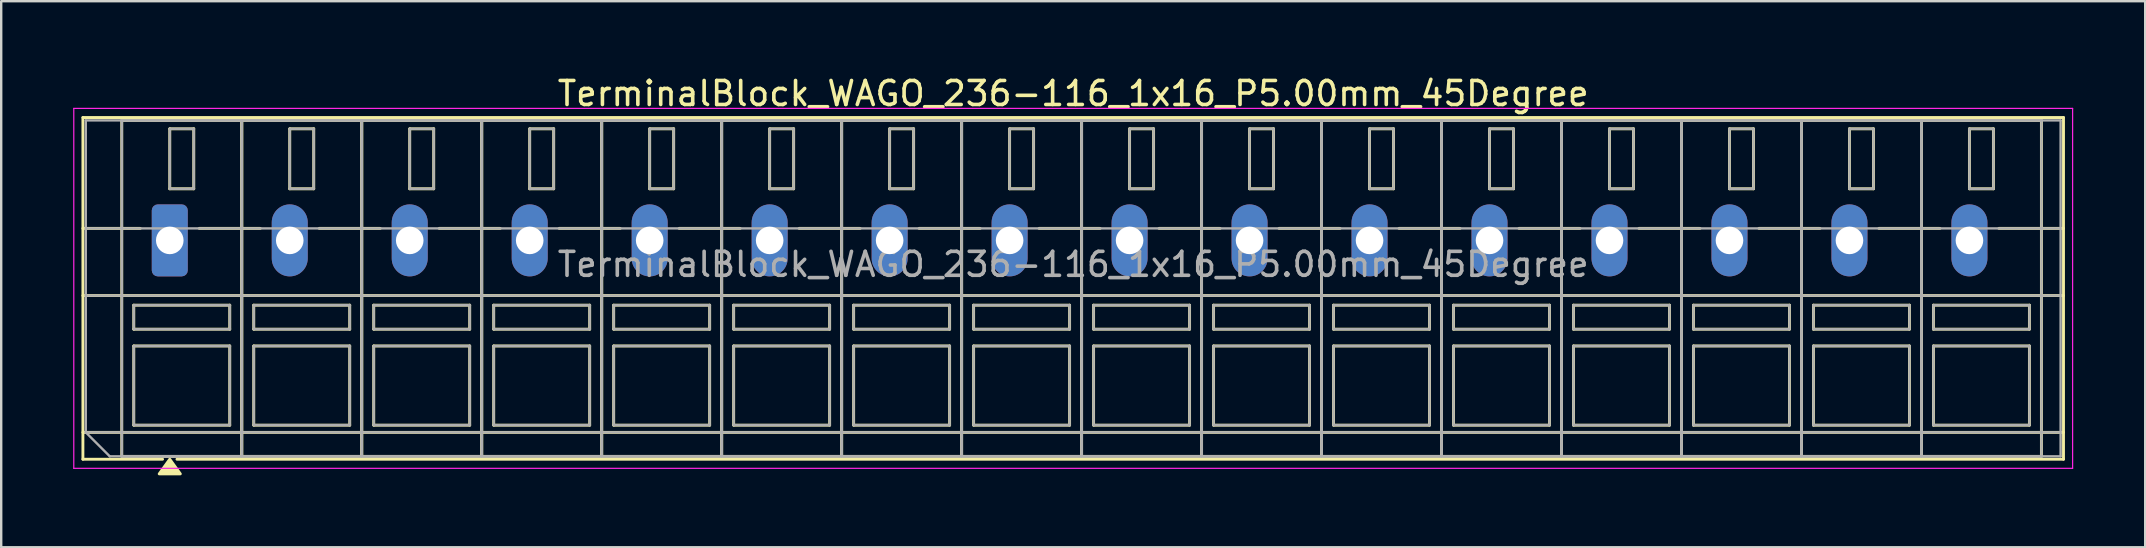
<source format=kicad_pcb>
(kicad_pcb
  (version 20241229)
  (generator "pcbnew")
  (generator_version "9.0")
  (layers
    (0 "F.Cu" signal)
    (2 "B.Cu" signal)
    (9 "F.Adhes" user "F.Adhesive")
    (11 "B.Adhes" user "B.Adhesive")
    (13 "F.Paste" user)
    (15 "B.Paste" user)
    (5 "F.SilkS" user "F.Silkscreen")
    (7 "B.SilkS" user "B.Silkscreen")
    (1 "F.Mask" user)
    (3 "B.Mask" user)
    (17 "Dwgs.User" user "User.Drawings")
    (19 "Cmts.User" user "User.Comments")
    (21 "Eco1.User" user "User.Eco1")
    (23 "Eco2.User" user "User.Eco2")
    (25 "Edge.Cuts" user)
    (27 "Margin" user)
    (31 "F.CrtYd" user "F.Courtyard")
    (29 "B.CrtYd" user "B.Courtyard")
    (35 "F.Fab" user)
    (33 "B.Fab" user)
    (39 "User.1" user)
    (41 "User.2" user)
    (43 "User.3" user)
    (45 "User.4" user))
  (footprint "TerminalBlock_WAGO_236-116_1x16_P5.00mm_45Degree"
    (layer "F.Cu")
    (at 4.025 6.968)
    (property "Reference" "TerminalBlock_WAGO_236-116_1x16_P5.00mm_45Degree" (at 37.65 -6.12 0) (layer "F.SilkS") (effects (font (size 1 1) (thickness 0.15))))
    (attr through_hole)
    (fp_line (start -3.62 -5.12) (end 78.92 -5.12) (stroke (width 0.12) (type solid)) (layer "F.SilkS"))
    (fp_line (start -3.62 -0.5) (end -1.23 -0.5) (stroke (width 0.12) (type solid)) (layer "F.SilkS"))
    (fp_line (start -3.62 2.3) (end 78.92 2.3) (stroke (width 0.12) (type solid)) (layer "F.SilkS"))
    (fp_line (start -3.62 8) (end 78.92 8) (stroke (width 0.12) (type solid)) (layer "F.SilkS"))
    (fp_line (start -3.62 9.12) (end -3.62 -5.12) (stroke (width 0.12) (type solid)) (layer "F.SilkS"))
    (fp_line (start -2 -5) (end 3 -5) (stroke (width 0.12) (type solid)) (layer "F.SilkS"))
    (fp_line (start -2 9) (end -2 -5) (stroke (width 0.12) (type solid)) (layer "F.SilkS"))
    (fp_line (start -1.5 2.7) (end 2.5 2.7) (stroke (width 0.12) (type solid)) (layer "F.SilkS"))
    (fp_line (start -1.5 3.7) (end -1.5 2.7) (stroke (width 0.12) (type solid)) (layer "F.SilkS"))
    (fp_line (start -1.5 4.4) (end 2.5 4.4) (stroke (width 0.12) (type solid)) (layer "F.SilkS"))
    (fp_line (start -1.5 7.7) (end -1.5 4.4) (stroke (width 0.12) (type solid)) (layer "F.SilkS"))
    (fp_line (start -0.3 9.12) (end -3.62 9.12) (stroke (width 0.12) (type solid)) (layer "F.SilkS"))
    (fp_line (start 0 -4.65) (end 1 -4.65) (stroke (width 0.12) (type solid)) (layer "F.SilkS"))
    (fp_line (start 0 -2.15) (end 0 -4.65) (stroke (width 0.12) (type solid)) (layer "F.SilkS"))
    (fp_line (start 1 -4.65) (end 1 -2.15) (stroke (width 0.12) (type solid)) (layer "F.SilkS"))
    (fp_line (start 1 -2.15) (end 0 -2.15) (stroke (width 0.12) (type solid)) (layer "F.SilkS"))
    (fp_line (start 1.23 -0.5) (end 3.77 -0.5) (stroke (width 0.12) (type solid)) (layer "F.SilkS"))
    (fp_line (start 2.5 2.7) (end 2.5 3.7) (stroke (width 0.12) (type solid)) (layer "F.SilkS"))
    (fp_line (start 2.5 3.7) (end -1.5 3.7) (stroke (width 0.12) (type solid)) (layer "F.SilkS"))
    (fp_line (start 2.5 4.4) (end 2.5 7.7) (stroke (width 0.12) (type solid)) (layer "F.SilkS"))
    (fp_line (start 2.5 7.7) (end -1.5 7.7) (stroke (width 0.12) (type solid)) (layer "F.SilkS"))
    (fp_line (start 3 -5) (end 3 9) (stroke (width 0.12) (type solid)) (layer "F.SilkS"))
    (fp_line (start 3 -5) (end 8 -5) (stroke (width 0.12) (type solid)) (layer "F.SilkS"))
    (fp_line (start 3 9) (end -2 9) (stroke (width 0.12) (type solid)) (layer "F.SilkS"))
    (fp_line (start 3 9) (end 3 -5) (stroke (width 0.12) (type solid)) (layer "F.SilkS"))
    (fp_line (start 3.5 2.7) (end 7.5 2.7) (stroke (width 0.12) (type solid)) (layer "F.SilkS"))
    (fp_line (start 3.5 3.7) (end 3.5 2.7) (stroke (width 0.12) (type solid)) (layer "F.SilkS"))
    (fp_line (start 3.5 4.4) (end 7.5 4.4) (stroke (width 0.12) (type solid)) (layer "F.SilkS"))
    (fp_line (start 3.5 7.7) (end 3.5 4.4) (stroke (width 0.12) (type solid)) (layer "F.SilkS"))
    (fp_line (start 5 -4.65) (end 6 -4.65) (stroke (width 0.12) (type solid)) (layer "F.SilkS"))
    (fp_line (start 5 -2.15) (end 5 -4.65) (stroke (width 0.12) (type solid)) (layer "F.SilkS"))
    (fp_line (start 6 -4.65) (end 6 -2.15) (stroke (width 0.12) (type solid)) (layer "F.SilkS"))
    (fp_line (start 6 -2.15) (end 5 -2.15) (stroke (width 0.12) (type solid)) (layer "F.SilkS"))
    (fp_line (start 6.23 -0.5) (end 8.77 -0.5) (stroke (width 0.12) (type solid)) (layer "F.SilkS"))
    (fp_line (start 7.5 2.7) (end 7.5 3.7) (stroke (width 0.12) (type solid)) (layer "F.SilkS"))
    (fp_line (start 7.5 3.7) (end 3.5 3.7) (stroke (width 0.12) (type solid)) (layer "F.SilkS"))
    (fp_line (start 7.5 4.4) (end 7.5 7.7) (stroke (width 0.12) (type solid)) (layer "F.SilkS"))
    (fp_line (start 7.5 7.7) (end 3.5 7.7) (stroke (width 0.12) (type solid)) (layer "F.SilkS"))
    (fp_line (start 8 -5) (end 8 9) (stroke (width 0.12) (type solid)) (layer "F.SilkS"))
    (fp_line (start 8 -5) (end 13 -5) (stroke (width 0.12) (type solid)) (layer "F.SilkS"))
    (fp_line (start 8 9) (end 3 9) (stroke (width 0.12) (type solid)) (layer "F.SilkS"))
    (fp_line (start 8 9) (end 8 -5) (stroke (width 0.12) (type solid)) (layer "F.SilkS"))
    (fp_line (start 8.5 2.7) (end 12.5 2.7) (stroke (width 0.12) (type solid)) (layer "F.SilkS"))
    (fp_line (start 8.5 3.7) (end 8.5 2.7) (stroke (width 0.12) (type solid)) (layer "F.SilkS"))
    (fp_line (start 8.5 4.4) (end 12.5 4.4) (stroke (width 0.12) (type solid)) (layer "F.SilkS"))
    (fp_line (start 8.5 7.7) (end 8.5 4.4) (stroke (width 0.12) (type solid)) (layer "F.SilkS"))
    (fp_line (start 10 -4.65) (end 11 -4.65) (stroke (width 0.12) (type solid)) (layer "F.SilkS"))
    (fp_line (start 10 -2.15) (end 10 -4.65) (stroke (width 0.12) (type solid)) (layer "F.SilkS"))
    (fp_line (start 11 -4.65) (end 11 -2.15) (stroke (width 0.12) (type solid)) (layer "F.SilkS"))
    (fp_line (start 11 -2.15) (end 10 -2.15) (stroke (width 0.12) (type solid)) (layer "F.SilkS"))
    (fp_line (start 11.23 -0.5) (end 13.77 -0.5) (stroke (width 0.12) (type solid)) (layer "F.SilkS"))
    (fp_line (start 12.5 2.7) (end 12.5 3.7) (stroke (width 0.12) (type solid)) (layer "F.SilkS"))
    (fp_line (start 12.5 3.7) (end 8.5 3.7) (stroke (width 0.12) (type solid)) (layer "F.SilkS"))
    (fp_line (start 12.5 4.4) (end 12.5 7.7) (stroke (width 0.12) (type solid)) (layer "F.SilkS"))
    (fp_line (start 12.5 7.7) (end 8.5 7.7) (stroke (width 0.12) (type solid)) (layer "F.SilkS"))
    (fp_line (start 13 -5) (end 13 9) (stroke (width 0.12) (type solid)) (layer "F.SilkS"))
    (fp_line (start 13 -5) (end 18 -5) (stroke (width 0.12) (type solid)) (layer "F.SilkS"))
    (fp_line (start 13 9) (end 8 9) (stroke (width 0.12) (type solid)) (layer "F.SilkS"))
    (fp_line (start 13 9) (end 13 -5) (stroke (width 0.12) (type solid)) (layer "F.SilkS"))
    (fp_line (start 13.5 2.7) (end 17.5 2.7) (stroke (width 0.12) (type solid)) (layer "F.SilkS"))
    (fp_line (start 13.5 3.7) (end 13.5 2.7) (stroke (width 0.12) (type solid)) (layer "F.SilkS"))
    (fp_line (start 13.5 4.4) (end 17.5 4.4) (stroke (width 0.12) (type solid)) (layer "F.SilkS"))
    (fp_line (start 13.5 7.7) (end 13.5 4.4) (stroke (width 0.12) (type solid)) (layer "F.SilkS"))
    (fp_line (start 15 -4.65) (end 16 -4.65) (stroke (width 0.12) (type solid)) (layer "F.SilkS"))
    (fp_line (start 15 -2.15) (end 15 -4.65) (stroke (width 0.12) (type solid)) (layer "F.SilkS"))
    (fp_line (start 16 -4.65) (end 16 -2.15) (stroke (width 0.12) (type solid)) (layer "F.SilkS"))
    (fp_line (start 16 -2.15) (end 15 -2.15) (stroke (width 0.12) (type solid)) (layer "F.SilkS"))
    (fp_line (start 16.23 -0.5) (end 18.77 -0.5) (stroke (width 0.12) (type solid)) (layer "F.SilkS"))
    (fp_line (start 17.5 2.7) (end 17.5 3.7) (stroke (width 0.12) (type solid)) (layer "F.SilkS"))
    (fp_line (start 17.5 3.7) (end 13.5 3.7) (stroke (width 0.12) (type solid)) (layer "F.SilkS"))
    (fp_line (start 17.5 4.4) (end 17.5 7.7) (stroke (width 0.12) (type solid)) (layer "F.SilkS"))
    (fp_line (start 17.5 7.7) (end 13.5 7.7) (stroke (width 0.12) (type solid)) (layer "F.SilkS"))
    (fp_line (start 18 -5) (end 18 9) (stroke (width 0.12) (type solid)) (layer "F.SilkS"))
    (fp_line (start 18 -5) (end 23 -5) (stroke (width 0.12) (type solid)) (layer "F.SilkS"))
    (fp_line (start 18 9) (end 13 9) (stroke (width 0.12) (type solid)) (layer "F.SilkS"))
    (fp_line (start 18 9) (end 18 -5) (stroke (width 0.12) (type solid)) (layer "F.SilkS"))
    (fp_line (start 18.5 2.7) (end 22.5 2.7) (stroke (width 0.12) (type solid)) (layer "F.SilkS"))
    (fp_line (start 18.5 3.7) (end 18.5 2.7) (stroke (width 0.12) (type solid)) (layer "F.SilkS"))
    (fp_line (start 18.5 4.4) (end 22.5 4.4) (stroke (width 0.12) (type solid)) (layer "F.SilkS"))
    (fp_line (start 18.5 7.7) (end 18.5 4.4) (stroke (width 0.12) (type solid)) (layer "F.SilkS"))
    (fp_line (start 20 -4.65) (end 21 -4.65) (stroke (width 0.12) (type solid)) (layer "F.SilkS"))
    (fp_line (start 20 -2.15) (end 20 -4.65) (stroke (width 0.12) (type solid)) (layer "F.SilkS"))
    (fp_line (start 21 -4.65) (end 21 -2.15) (stroke (width 0.12) (type solid)) (layer "F.SilkS"))
    (fp_line (start 21 -2.15) (end 20 -2.15) (stroke (width 0.12) (type solid)) (layer "F.SilkS"))
    (fp_line (start 21.23 -0.5) (end 23.77 -0.5) (stroke (width 0.12) (type solid)) (layer "F.SilkS"))
    (fp_line (start 22.5 2.7) (end 22.5 3.7) (stroke (width 0.12) (type solid)) (layer "F.SilkS"))
    (fp_line (start 22.5 3.7) (end 18.5 3.7) (stroke (width 0.12) (type solid)) (layer "F.SilkS"))
    (fp_line (start 22.5 4.4) (end 22.5 7.7) (stroke (width 0.12) (type solid)) (layer "F.SilkS"))
    (fp_line (start 22.5 7.7) (end 18.5 7.7) (stroke (width 0.12) (type solid)) (layer "F.SilkS"))
    (fp_line (start 23 -5) (end 23 9) (stroke (width 0.12) (type solid)) (layer "F.SilkS"))
    (fp_line (start 23 -5) (end 28 -5) (stroke (width 0.12) (type solid)) (layer "F.SilkS"))
    (fp_line (start 23 9) (end 18 9) (stroke (width 0.12) (type solid)) (layer "F.SilkS"))
    (fp_line (start 23 9) (end 23 -5) (stroke (width 0.12) (type solid)) (layer "F.SilkS"))
    (fp_line (start 23.5 2.7) (end 27.5 2.7) (stroke (width 0.12) (type solid)) (layer "F.SilkS"))
    (fp_line (start 23.5 3.7) (end 23.5 2.7) (stroke (width 0.12) (type solid)) (layer "F.SilkS"))
    (fp_line (start 23.5 4.4) (end 27.5 4.4) (stroke (width 0.12) (type solid)) (layer "F.SilkS"))
    (fp_line (start 23.5 7.7) (end 23.5 4.4) (stroke (width 0.12) (type solid)) (layer "F.SilkS"))
    (fp_line (start 25 -4.65) (end 26 -4.65) (stroke (width 0.12) (type solid)) (layer "F.SilkS"))
    (fp_line (start 25 -2.15) (end 25 -4.65) (stroke (width 0.12) (type solid)) (layer "F.SilkS"))
    (fp_line (start 26 -4.65) (end 26 -2.15) (stroke (width 0.12) (type solid)) (layer "F.SilkS"))
    (fp_line (start 26 -2.15) (end 25 -2.15) (stroke (width 0.12) (type solid)) (layer "F.SilkS"))
    (fp_line (start 26.23 -0.5) (end 28.77 -0.5) (stroke (width 0.12) (type solid)) (layer "F.SilkS"))
    (fp_line (start 27.5 2.7) (end 27.5 3.7) (stroke (width 0.12) (type solid)) (layer "F.SilkS"))
    (fp_line (start 27.5 3.7) (end 23.5 3.7) (stroke (width 0.12) (type solid)) (layer "F.SilkS"))
    (fp_line (start 27.5 4.4) (end 27.5 7.7) (stroke (width 0.12) (type solid)) (layer "F.SilkS"))
    (fp_line (start 27.5 7.7) (end 23.5 7.7) (stroke (width 0.12) (type solid)) (layer "F.SilkS"))
    (fp_line (start 28 -5) (end 28 9) (stroke (width 0.12) (type solid)) (layer "F.SilkS"))
    (fp_line (start 28 -5) (end 33 -5) (stroke (width 0.12) (type solid)) (layer "F.SilkS"))
    (fp_line (start 28 9) (end 23 9) (stroke (width 0.12) (type solid)) (layer "F.SilkS"))
    (fp_line (start 28 9) (end 28 -5) (stroke (width 0.12) (type solid)) (layer "F.SilkS"))
    (fp_line (start 28.5 2.7) (end 32.5 2.7) (stroke (width 0.12) (type solid)) (layer "F.SilkS"))
    (fp_line (start 28.5 3.7) (end 28.5 2.7) (stroke (width 0.12) (type solid)) (layer "F.SilkS"))
    (fp_line (start 28.5 4.4) (end 32.5 4.4) (stroke (width 0.12) (type solid)) (layer "F.SilkS"))
    (fp_line (start 28.5 7.7) (end 28.5 4.4) (stroke (width 0.12) (type solid)) (layer "F.SilkS"))
    (fp_line (start 30 -4.65) (end 31 -4.65) (stroke (width 0.12) (type solid)) (layer "F.SilkS"))
    (fp_line (start 30 -2.15) (end 30 -4.65) (stroke (width 0.12) (type solid)) (layer "F.SilkS"))
    (fp_line (start 31 -4.65) (end 31 -2.15) (stroke (width 0.12) (type solid)) (layer "F.SilkS"))
    (fp_line (start 31 -2.15) (end 30 -2.15) (stroke (width 0.12) (type solid)) (layer "F.SilkS"))
    (fp_line (start 31.23 -0.5) (end 33.77 -0.5) (stroke (width 0.12) (type solid)) (layer "F.SilkS"))
    (fp_line (start 32.5 2.7) (end 32.5 3.7) (stroke (width 0.12) (type solid)) (layer "F.SilkS"))
    (fp_line (start 32.5 3.7) (end 28.5 3.7) (stroke (width 0.12) (type solid)) (layer "F.SilkS"))
    (fp_line (start 32.5 4.4) (end 32.5 7.7) (stroke (width 0.12) (type solid)) (layer "F.SilkS"))
    (fp_line (start 32.5 7.7) (end 28.5 7.7) (stroke (width 0.12) (type solid)) (layer "F.SilkS"))
    (fp_line (start 33 -5) (end 33 9) (stroke (width 0.12) (type solid)) (layer "F.SilkS"))
    (fp_line (start 33 -5) (end 38 -5) (stroke (width 0.12) (type solid)) (layer "F.SilkS"))
    (fp_line (start 33 9) (end 28 9) (stroke (width 0.12) (type solid)) (layer "F.SilkS"))
    (fp_line (start 33 9) (end 33 -5) (stroke (width 0.12) (type solid)) (layer "F.SilkS"))
    (fp_line (start 33.5 2.7) (end 37.5 2.7) (stroke (width 0.12) (type solid)) (layer "F.SilkS"))
    (fp_line (start 33.5 3.7) (end 33.5 2.7) (stroke (width 0.12) (type solid)) (layer "F.SilkS"))
    (fp_line (start 33.5 4.4) (end 37.5 4.4) (stroke (width 0.12) (type solid)) (layer "F.SilkS"))
    (fp_line (start 33.5 7.7) (end 33.5 4.4) (stroke (width 0.12) (type solid)) (layer "F.SilkS"))
    (fp_line (start 35 -4.65) (end 36 -4.65) (stroke (width 0.12) (type solid)) (layer "F.SilkS"))
    (fp_line (start 35 -2.15) (end 35 -4.65) (stroke (width 0.12) (type solid)) (layer "F.SilkS"))
    (fp_line (start 36 -4.65) (end 36 -2.15) (stroke (width 0.12) (type solid)) (layer "F.SilkS"))
    (fp_line (start 36 -2.15) (end 35 -2.15) (stroke (width 0.12) (type solid)) (layer "F.SilkS"))
    (fp_line (start 36.23 -0.5) (end 38.77 -0.5) (stroke (width 0.12) (type solid)) (layer "F.SilkS"))
    (fp_line (start 37.5 2.7) (end 37.5 3.7) (stroke (width 0.12) (type solid)) (layer "F.SilkS"))
    (fp_line (start 37.5 3.7) (end 33.5 3.7) (stroke (width 0.12) (type solid)) (layer "F.SilkS"))
    (fp_line (start 37.5 4.4) (end 37.5 7.7) (stroke (width 0.12) (type solid)) (layer "F.SilkS"))
    (fp_line (start 37.5 7.7) (end 33.5 7.7) (stroke (width 0.12) (type solid)) (layer "F.SilkS"))
    (fp_line (start 38 -5) (end 38 9) (stroke (width 0.12) (type solid)) (layer "F.SilkS"))
    (fp_line (start 38 -5) (end 43 -5) (stroke (width 0.12) (type solid)) (layer "F.SilkS"))
    (fp_line (start 38 9) (end 33 9) (stroke (width 0.12) (type solid)) (layer "F.SilkS"))
    (fp_line (start 38 9) (end 38 -5) (stroke (width 0.12) (type solid)) (layer "F.SilkS"))
    (fp_line (start 38.5 2.7) (end 42.5 2.7) (stroke (width 0.12) (type solid)) (layer "F.SilkS"))
    (fp_line (start 38.5 3.7) (end 38.5 2.7) (stroke (width 0.12) (type solid)) (layer "F.SilkS"))
    (fp_line (start 38.5 4.4) (end 42.5 4.4) (stroke (width 0.12) (type solid)) (layer "F.SilkS"))
    (fp_line (start 38.5 7.7) (end 38.5 4.4) (stroke (width 0.12) (type solid)) (layer "F.SilkS"))
    (fp_line (start 40 -4.65) (end 41 -4.65) (stroke (width 0.12) (type solid)) (layer "F.SilkS"))
    (fp_line (start 40 -2.15) (end 40 -4.65) (stroke (width 0.12) (type solid)) (layer "F.SilkS"))
    (fp_line (start 41 -4.65) (end 41 -2.15) (stroke (width 0.12) (type solid)) (layer "F.SilkS"))
    (fp_line (start 41 -2.15) (end 40 -2.15) (stroke (width 0.12) (type solid)) (layer "F.SilkS"))
    (fp_line (start 41.23 -0.5) (end 43.77 -0.5) (stroke (width 0.12) (type solid)) (layer "F.SilkS"))
    (fp_line (start 42.5 2.7) (end 42.5 3.7) (stroke (width 0.12) (type solid)) (layer "F.SilkS"))
    (fp_line (start 42.5 3.7) (end 38.5 3.7) (stroke (width 0.12) (type solid)) (layer "F.SilkS"))
    (fp_line (start 42.5 4.4) (end 42.5 7.7) (stroke (width 0.12) (type solid)) (layer "F.SilkS"))
    (fp_line (start 42.5 7.7) (end 38.5 7.7) (stroke (width 0.12) (type solid)) (layer "F.SilkS"))
    (fp_line (start 43 -5) (end 43 9) (stroke (width 0.12) (type solid)) (layer "F.SilkS"))
    (fp_line (start 43 -5) (end 48 -5) (stroke (width 0.12) (type solid)) (layer "F.SilkS"))
    (fp_line (start 43 9) (end 38 9) (stroke (width 0.12) (type solid)) (layer "F.SilkS"))
    (fp_line (start 43 9) (end 43 -5) (stroke (width 0.12) (type solid)) (layer "F.SilkS"))
    (fp_line (start 43.5 2.7) (end 47.5 2.7) (stroke (width 0.12) (type solid)) (layer "F.SilkS"))
    (fp_line (start 43.5 3.7) (end 43.5 2.7) (stroke (width 0.12) (type solid)) (layer "F.SilkS"))
    (fp_line (start 43.5 4.4) (end 47.5 4.4) (stroke (width 0.12) (type solid)) (layer "F.SilkS"))
    (fp_line (start 43.5 7.7) (end 43.5 4.4) (stroke (width 0.12) (type solid)) (layer "F.SilkS"))
    (fp_line (start 45 -4.65) (end 46 -4.65) (stroke (width 0.12) (type solid)) (layer "F.SilkS"))
    (fp_line (start 45 -2.15) (end 45 -4.65) (stroke (width 0.12) (type solid)) (layer "F.SilkS"))
    (fp_line (start 46 -4.65) (end 46 -2.15) (stroke (width 0.12) (type solid)) (layer "F.SilkS"))
    (fp_line (start 46 -2.15) (end 45 -2.15) (stroke (width 0.12) (type solid)) (layer "F.SilkS"))
    (fp_line (start 46.23 -0.5) (end 48.77 -0.5) (stroke (width 0.12) (type solid)) (layer "F.SilkS"))
    (fp_line (start 47.5 2.7) (end 47.5 3.7) (stroke (width 0.12) (type solid)) (layer "F.SilkS"))
    (fp_line (start 47.5 3.7) (end 43.5 3.7) (stroke (width 0.12) (type solid)) (layer "F.SilkS"))
    (fp_line (start 47.5 4.4) (end 47.5 7.7) (stroke (width 0.12) (type solid)) (layer "F.SilkS"))
    (fp_line (start 47.5 7.7) (end 43.5 7.7) (stroke (width 0.12) (type solid)) (layer "F.SilkS"))
    (fp_line (start 48 -5) (end 48 9) (stroke (width 0.12) (type solid)) (layer "F.SilkS"))
    (fp_line (start 48 -5) (end 53 -5) (stroke (width 0.12) (type solid)) (layer "F.SilkS"))
    (fp_line (start 48 9) (end 43 9) (stroke (width 0.12) (type solid)) (layer "F.SilkS"))
    (fp_line (start 48 9) (end 48 -5) (stroke (width 0.12) (type solid)) (layer "F.SilkS"))
    (fp_line (start 48.5 2.7) (end 52.5 2.7) (stroke (width 0.12) (type solid)) (layer "F.SilkS"))
    (fp_line (start 48.5 3.7) (end 48.5 2.7) (stroke (width 0.12) (type solid)) (layer "F.SilkS"))
    (fp_line (start 48.5 4.4) (end 52.5 4.4) (stroke (width 0.12) (type solid)) (layer "F.SilkS"))
    (fp_line (start 48.5 7.7) (end 48.5 4.4) (stroke (width 0.12) (type solid)) (layer "F.SilkS"))
    (fp_line (start 50 -4.65) (end 51 -4.65) (stroke (width 0.12) (type solid)) (layer "F.SilkS"))
    (fp_line (start 50 -2.15) (end 50 -4.65) (stroke (width 0.12) (type solid)) (layer "F.SilkS"))
    (fp_line (start 51 -4.65) (end 51 -2.15) (stroke (width 0.12) (type solid)) (layer "F.SilkS"))
    (fp_line (start 51 -2.15) (end 50 -2.15) (stroke (width 0.12) (type solid)) (layer "F.SilkS"))
    (fp_line (start 51.23 -0.5) (end 53.77 -0.5) (stroke (width 0.12) (type solid)) (layer "F.SilkS"))
    (fp_line (start 52.5 2.7) (end 52.5 3.7) (stroke (width 0.12) (type solid)) (layer "F.SilkS"))
    (fp_line (start 52.5 3.7) (end 48.5 3.7) (stroke (width 0.12) (type solid)) (layer "F.SilkS"))
    (fp_line (start 52.5 4.4) (end 52.5 7.7) (stroke (width 0.12) (type solid)) (layer "F.SilkS"))
    (fp_line (start 52.5 7.7) (end 48.5 7.7) (stroke (width 0.12) (type solid)) (layer "F.SilkS"))
    (fp_line (start 53 -5) (end 53 9) (stroke (width 0.12) (type solid)) (layer "F.SilkS"))
    (fp_line (start 53 -5) (end 58 -5) (stroke (width 0.12) (type solid)) (layer "F.SilkS"))
    (fp_line (start 53 9) (end 48 9) (stroke (width 0.12) (type solid)) (layer "F.SilkS"))
    (fp_line (start 53 9) (end 53 -5) (stroke (width 0.12) (type solid)) (layer "F.SilkS"))
    (fp_line (start 53.5 2.7) (end 57.5 2.7) (stroke (width 0.12) (type solid)) (layer "F.SilkS"))
    (fp_line (start 53.5 3.7) (end 53.5 2.7) (stroke (width 0.12) (type solid)) (layer "F.SilkS"))
    (fp_line (start 53.5 4.4) (end 57.5 4.4) (stroke (width 0.12) (type solid)) (layer "F.SilkS"))
    (fp_line (start 53.5 7.7) (end 53.5 4.4) (stroke (width 0.12) (type solid)) (layer "F.SilkS"))
    (fp_line (start 55 -4.65) (end 56 -4.65) (stroke (width 0.12) (type solid)) (layer "F.SilkS"))
    (fp_line (start 55 -2.15) (end 55 -4.65) (stroke (width 0.12) (type solid)) (layer "F.SilkS"))
    (fp_line (start 56 -4.65) (end 56 -2.15) (stroke (width 0.12) (type solid)) (layer "F.SilkS"))
    (fp_line (start 56 -2.15) (end 55 -2.15) (stroke (width 0.12) (type solid)) (layer "F.SilkS"))
    (fp_line (start 56.23 -0.5) (end 58.77 -0.5) (stroke (width 0.12) (type solid)) (layer "F.SilkS"))
    (fp_line (start 57.5 2.7) (end 57.5 3.7) (stroke (width 0.12) (type solid)) (layer "F.SilkS"))
    (fp_line (start 57.5 3.7) (end 53.5 3.7) (stroke (width 0.12) (type solid)) (layer "F.SilkS"))
    (fp_line (start 57.5 4.4) (end 57.5 7.7) (stroke (width 0.12) (type solid)) (layer "F.SilkS"))
    (fp_line (start 57.5 7.7) (end 53.5 7.7) (stroke (width 0.12) (type solid)) (layer "F.SilkS"))
    (fp_line (start 58 -5) (end 58 9) (stroke (width 0.12) (type solid)) (layer "F.SilkS"))
    (fp_line (start 58 -5) (end 63 -5) (stroke (width 0.12) (type solid)) (layer "F.SilkS"))
    (fp_line (start 58 9) (end 53 9) (stroke (width 0.12) (type solid)) (layer "F.SilkS"))
    (fp_line (start 58 9) (end 58 -5) (stroke (width 0.12) (type solid)) (layer "F.SilkS"))
    (fp_line (start 58.5 2.7) (end 62.5 2.7) (stroke (width 0.12) (type solid)) (layer "F.SilkS"))
    (fp_line (start 58.5 3.7) (end 58.5 2.7) (stroke (width 0.12) (type solid)) (layer "F.SilkS"))
    (fp_line (start 58.5 4.4) (end 62.5 4.4) (stroke (width 0.12) (type solid)) (layer "F.SilkS"))
    (fp_line (start 58.5 7.7) (end 58.5 4.4) (stroke (width 0.12) (type solid)) (layer "F.SilkS"))
    (fp_line (start 60 -4.65) (end 61 -4.65) (stroke (width 0.12) (type solid)) (layer "F.SilkS"))
    (fp_line (start 60 -2.15) (end 60 -4.65) (stroke (width 0.12) (type solid)) (layer "F.SilkS"))
    (fp_line (start 61 -4.65) (end 61 -2.15) (stroke (width 0.12) (type solid)) (layer "F.SilkS"))
    (fp_line (start 61 -2.15) (end 60 -2.15) (stroke (width 0.12) (type solid)) (layer "F.SilkS"))
    (fp_line (start 61.23 -0.5) (end 63.77 -0.5) (stroke (width 0.12) (type solid)) (layer "F.SilkS"))
    (fp_line (start 62.5 2.7) (end 62.5 3.7) (stroke (width 0.12) (type solid)) (layer "F.SilkS"))
    (fp_line (start 62.5 3.7) (end 58.5 3.7) (stroke (width 0.12) (type solid)) (layer "F.SilkS"))
    (fp_line (start 62.5 4.4) (end 62.5 7.7) (stroke (width 0.12) (type solid)) (layer "F.SilkS"))
    (fp_line (start 62.5 7.7) (end 58.5 7.7) (stroke (width 0.12) (type solid)) (layer "F.SilkS"))
    (fp_line (start 63 -5) (end 63 9) (stroke (width 0.12) (type solid)) (layer "F.SilkS"))
    (fp_line (start 63 -5) (end 68 -5) (stroke (width 0.12) (type solid)) (layer "F.SilkS"))
    (fp_line (start 63 9) (end 58 9) (stroke (width 0.12) (type solid)) (layer "F.SilkS"))
    (fp_line (start 63 9) (end 63 -5) (stroke (width 0.12) (type solid)) (layer "F.SilkS"))
    (fp_line (start 63.5 2.7) (end 67.5 2.7) (stroke (width 0.12) (type solid)) (layer "F.SilkS"))
    (fp_line (start 63.5 3.7) (end 63.5 2.7) (stroke (width 0.12) (type solid)) (layer "F.SilkS"))
    (fp_line (start 63.5 4.4) (end 67.5 4.4) (stroke (width 0.12) (type solid)) (layer "F.SilkS"))
    (fp_line (start 63.5 7.7) (end 63.5 4.4) (stroke (width 0.12) (type solid)) (layer "F.SilkS"))
    (fp_line (start 65 -4.65) (end 66 -4.65) (stroke (width 0.12) (type solid)) (layer "F.SilkS"))
    (fp_line (start 65 -2.15) (end 65 -4.65) (stroke (width 0.12) (type solid)) (layer "F.SilkS"))
    (fp_line (start 66 -4.65) (end 66 -2.15) (stroke (width 0.12) (type solid)) (layer "F.SilkS"))
    (fp_line (start 66 -2.15) (end 65 -2.15) (stroke (width 0.12) (type solid)) (layer "F.SilkS"))
    (fp_line (start 66.23 -0.5) (end 68.77 -0.5) (stroke (width 0.12) (type solid)) (layer "F.SilkS"))
    (fp_line (start 67.5 2.7) (end 67.5 3.7) (stroke (width 0.12) (type solid)) (layer "F.SilkS"))
    (fp_line (start 67.5 3.7) (end 63.5 3.7) (stroke (width 0.12) (type solid)) (layer "F.SilkS"))
    (fp_line (start 67.5 4.4) (end 67.5 7.7) (stroke (width 0.12) (type solid)) (layer "F.SilkS"))
    (fp_line (start 67.5 7.7) (end 63.5 7.7) (stroke (width 0.12) (type solid)) (layer "F.SilkS"))
    (fp_line (start 68 -5) (end 68 9) (stroke (width 0.12) (type solid)) (layer "F.SilkS"))
    (fp_line (start 68 -5) (end 73 -5) (stroke (width 0.12) (type solid)) (layer "F.SilkS"))
    (fp_line (start 68 9) (end 63 9) (stroke (width 0.12) (type solid)) (layer "F.SilkS"))
    (fp_line (start 68 9) (end 68 -5) (stroke (width 0.12) (type solid)) (layer "F.SilkS"))
    (fp_line (start 68.5 2.7) (end 72.5 2.7) (stroke (width 0.12) (type solid)) (layer "F.SilkS"))
    (fp_line (start 68.5 3.7) (end 68.5 2.7) (stroke (width 0.12) (type solid)) (layer "F.SilkS"))
    (fp_line (start 68.5 4.4) (end 72.5 4.4) (stroke (width 0.12) (type solid)) (layer "F.SilkS"))
    (fp_line (start 68.5 7.7) (end 68.5 4.4) (stroke (width 0.12) (type solid)) (layer "F.SilkS"))
    (fp_line (start 70 -4.65) (end 71 -4.65) (stroke (width 0.12) (type solid)) (layer "F.SilkS"))
    (fp_line (start 70 -2.15) (end 70 -4.65) (stroke (width 0.12) (type solid)) (layer "F.SilkS"))
    (fp_line (start 71 -4.65) (end 71 -2.15) (stroke (width 0.12) (type solid)) (layer "F.SilkS"))
    (fp_line (start 71 -2.15) (end 70 -2.15) (stroke (width 0.12) (type solid)) (layer "F.SilkS"))
    (fp_line (start 71.23 -0.5) (end 73.77 -0.5) (stroke (width 0.12) (type solid)) (layer "F.SilkS"))
    (fp_line (start 72.5 2.7) (end 72.5 3.7) (stroke (width 0.12) (type solid)) (layer "F.SilkS"))
    (fp_line (start 72.5 3.7) (end 68.5 3.7) (stroke (width 0.12) (type solid)) (layer "F.SilkS"))
    (fp_line (start 72.5 4.4) (end 72.5 7.7) (stroke (width 0.12) (type solid)) (layer "F.SilkS"))
    (fp_line (start 72.5 7.7) (end 68.5 7.7) (stroke (width 0.12) (type solid)) (layer "F.SilkS"))
    (fp_line (start 73 -5) (end 73 9) (stroke (width 0.12) (type solid)) (layer "F.SilkS"))
    (fp_line (start 73 -5) (end 78 -5) (stroke (width 0.12) (type solid)) (layer "F.SilkS"))
    (fp_line (start 73 9) (end 68 9) (stroke (width 0.12) (type solid)) (layer "F.SilkS"))
    (fp_line (start 73 9) (end 73 -5) (stroke (width 0.12) (type solid)) (layer "F.SilkS"))
    (fp_line (start 73.5 2.7) (end 77.5 2.7) (stroke (width 0.12) (type solid)) (layer "F.SilkS"))
    (fp_line (start 73.5 3.7) (end 73.5 2.7) (stroke (width 0.12) (type solid)) (layer "F.SilkS"))
    (fp_line (start 73.5 4.4) (end 77.5 4.4) (stroke (width 0.12) (type solid)) (layer "F.SilkS"))
    (fp_line (start 73.5 7.7) (end 73.5 4.4) (stroke (width 0.12) (type solid)) (layer "F.SilkS"))
    (fp_line (start 75 -4.65) (end 76 -4.65) (stroke (width 0.12) (type solid)) (layer "F.SilkS"))
    (fp_line (start 75 -2.15) (end 75 -4.65) (stroke (width 0.12) (type solid)) (layer "F.SilkS"))
    (fp_line (start 76 -4.65) (end 76 -2.15) (stroke (width 0.12) (type solid)) (layer "F.SilkS"))
    (fp_line (start 76 -2.15) (end 75 -2.15) (stroke (width 0.12) (type solid)) (layer "F.SilkS"))
    (fp_line (start 76.23 -0.5) (end 78.92 -0.5) (stroke (width 0.12) (type solid)) (layer "F.SilkS"))
    (fp_line (start 77.5 2.7) (end 77.5 3.7) (stroke (width 0.12) (type solid)) (layer "F.SilkS"))
    (fp_line (start 77.5 3.7) (end 73.5 3.7) (stroke (width 0.12) (type solid)) (layer "F.SilkS"))
    (fp_line (start 77.5 4.4) (end 77.5 7.7) (stroke (width 0.12) (type solid)) (layer "F.SilkS"))
    (fp_line (start 77.5 7.7) (end 73.5 7.7) (stroke (width 0.12) (type solid)) (layer "F.SilkS"))
    (fp_line (start 78 -5) (end 78 9) (stroke (width 0.12) (type solid)) (layer "F.SilkS"))
    (fp_line (start 78 9) (end 73 9) (stroke (width 0.12) (type solid)) (layer "F.SilkS"))
    (fp_line (start 78.92 -5.12) (end 78.92 9.12) (stroke (width 0.12) (type solid)) (layer "F.SilkS"))
    (fp_line (start 78.92 9.12) (end 0.3 9.12) (stroke (width 0.12) (type solid)) (layer "F.SilkS"))
    (fp_poly (pts (xy 0 9.12) (xy 0.44 9.73) (xy -0.44 9.73)) (stroke (width 0.12) (type solid)) (fill yes) (layer "F.SilkS"))
    (fp_line (start -4 -5.5) (end -4 9.5) (stroke (width 0.05) (type solid)) (layer "F.CrtYd"))
    (fp_line (start -4 9.5) (end 79.3 9.5) (stroke (width 0.05) (type solid)) (layer "F.CrtYd"))
    (fp_line (start 79.3 -5.5) (end -4 -5.5) (stroke (width 0.05) (type solid)) (layer "F.CrtYd"))
    (fp_line (start 79.3 9.5) (end 79.3 -5.5) (stroke (width 0.05) (type solid)) (layer "F.CrtYd"))
    (fp_line (start -3.5 -5) (end 78.8 -5) (stroke (width 0.1) (type solid)) (layer "F.Fab"))
    (fp_line (start -3.5 -0.5) (end 78.8 -0.5) (stroke (width 0.1) (type solid)) (layer "F.Fab"))
    (fp_line (start -3.5 2.3) (end 78.8 2.3) (stroke (width 0.1) (type solid)) (layer "F.Fab"))
    (fp_line (start -3.5 8) (end -3.5 -5) (stroke (width 0.1) (type solid)) (layer "F.Fab"))
    (fp_line (start -3.5 8) (end 78.8 8) (stroke (width 0.1) (type solid)) (layer "F.Fab"))
    (fp_line (start -2.5 9) (end -3.5 8) (stroke (width 0.1) (type solid)) (layer "F.Fab"))
    (fp_line (start -2 -5) (end -2 9) (stroke (width 0.1) (type solid)) (layer "F.Fab"))
    (fp_line (start -2 9) (end 3 9) (stroke (width 0.1) (type solid)) (layer "F.Fab"))
    (fp_line (start -1.5 2.7) (end -1.5 3.7) (stroke (width 0.1) (type solid)) (layer "F.Fab"))
    (fp_line (start -1.5 3.7) (end 2.5 3.7) (stroke (width 0.1) (type solid)) (layer "F.Fab"))
    (fp_line (start -1.5 4.4) (end -1.5 7.7) (stroke (width 0.1) (type solid)) (layer "F.Fab"))
    (fp_line (start -1.5 7.7) (end 2.5 7.7) (stroke (width 0.1) (type solid)) (layer "F.Fab"))
    (fp_line (start 0 -4.65) (end 0 -2.15) (stroke (width 0.1) (type solid)) (layer "F.Fab"))
    (fp_line (start 0 -2.15) (end 1 -2.15) (stroke (width 0.1) (type solid)) (layer "F.Fab"))
    (fp_line (start 1 -4.65) (end 0 -4.65) (stroke (width 0.1) (type solid)) (layer "F.Fab"))
    (fp_line (start 1 -2.15) (end 1 -4.65) (stroke (width 0.1) (type solid)) (layer "F.Fab"))
    (fp_line (start 2.5 2.7) (end -1.5 2.7) (stroke (width 0.1) (type solid)) (layer "F.Fab"))
    (fp_line (start 2.5 3.7) (end 2.5 2.7) (stroke (width 0.1) (type solid)) (layer "F.Fab"))
    (fp_line (start 2.5 4.4) (end -1.5 4.4) (stroke (width 0.1) (type solid)) (layer "F.Fab"))
    (fp_line (start 2.5 7.7) (end 2.5 4.4) (stroke (width 0.1) (type solid)) (layer "F.Fab"))
    (fp_line (start 3 -5) (end -2 -5) (stroke (width 0.1) (type solid)) (layer "F.Fab"))
    (fp_line (start 3 -5) (end 3 9) (stroke (width 0.1) (type solid)) (layer "F.Fab"))
    (fp_line (start 3 9) (end 3 -5) (stroke (width 0.1) (type solid)) (layer "F.Fab"))
    (fp_line (start 3 9) (end 8 9) (stroke (width 0.1) (type solid)) (layer "F.Fab"))
    (fp_line (start 3.5 2.7) (end 3.5 3.7) (stroke (width 0.1) (type solid)) (layer "F.Fab"))
    (fp_line (start 3.5 3.7) (end 7.5 3.7) (stroke (width 0.1) (type solid)) (layer "F.Fab"))
    (fp_line (start 3.5 4.4) (end 3.5 7.7) (stroke (width 0.1) (type solid)) (layer "F.Fab"))
    (fp_line (start 3.5 7.7) (end 7.5 7.7) (stroke (width 0.1) (type solid)) (layer "F.Fab"))
    (fp_line (start 5 -4.65) (end 5 -2.15) (stroke (width 0.1) (type solid)) (layer "F.Fab"))
    (fp_line (start 5 -2.15) (end 6 -2.15) (stroke (width 0.1) (type solid)) (layer "F.Fab"))
    (fp_line (start 6 -4.65) (end 5 -4.65) (stroke (width 0.1) (type solid)) (layer "F.Fab"))
    (fp_line (start 6 -2.15) (end 6 -4.65) (stroke (width 0.1) (type solid)) (layer "F.Fab"))
    (fp_line (start 7.5 2.7) (end 3.5 2.7) (stroke (width 0.1) (type solid)) (layer "F.Fab"))
    (fp_line (start 7.5 3.7) (end 7.5 2.7) (stroke (width 0.1) (type solid)) (layer "F.Fab"))
    (fp_line (start 7.5 4.4) (end 3.5 4.4) (stroke (width 0.1) (type solid)) (layer "F.Fab"))
    (fp_line (start 7.5 7.7) (end 7.5 4.4) (stroke (width 0.1) (type solid)) (layer "F.Fab"))
    (fp_line (start 8 -5) (end 3 -5) (stroke (width 0.1) (type solid)) (layer "F.Fab"))
    (fp_line (start 8 -5) (end 8 9) (stroke (width 0.1) (type solid)) (layer "F.Fab"))
    (fp_line (start 8 9) (end 8 -5) (stroke (width 0.1) (type solid)) (layer "F.Fab"))
    (fp_line (start 8 9) (end 13 9) (stroke (width 0.1) (type solid)) (layer "F.Fab"))
    (fp_line (start 8.5 2.7) (end 8.5 3.7) (stroke (width 0.1) (type solid)) (layer "F.Fab"))
    (fp_line (start 8.5 3.7) (end 12.5 3.7) (stroke (width 0.1) (type solid)) (layer "F.Fab"))
    (fp_line (start 8.5 4.4) (end 8.5 7.7) (stroke (width 0.1) (type solid)) (layer "F.Fab"))
    (fp_line (start 8.5 7.7) (end 12.5 7.7) (stroke (width 0.1) (type solid)) (layer "F.Fab"))
    (fp_line (start 10 -4.65) (end 10 -2.15) (stroke (width 0.1) (type solid)) (layer "F.Fab"))
    (fp_line (start 10 -2.15) (end 11 -2.15) (stroke (width 0.1) (type solid)) (layer "F.Fab"))
    (fp_line (start 11 -4.65) (end 10 -4.65) (stroke (width 0.1) (type solid)) (layer "F.Fab"))
    (fp_line (start 11 -2.15) (end 11 -4.65) (stroke (width 0.1) (type solid)) (layer "F.Fab"))
    (fp_line (start 12.5 2.7) (end 8.5 2.7) (stroke (width 0.1) (type solid)) (layer "F.Fab"))
    (fp_line (start 12.5 3.7) (end 12.5 2.7) (stroke (width 0.1) (type solid)) (layer "F.Fab"))
    (fp_line (start 12.5 4.4) (end 8.5 4.4) (stroke (width 0.1) (type solid)) (layer "F.Fab"))
    (fp_line (start 12.5 7.7) (end 12.5 4.4) (stroke (width 0.1) (type solid)) (layer "F.Fab"))
    (fp_line (start 13 -5) (end 8 -5) (stroke (width 0.1) (type solid)) (layer "F.Fab"))
    (fp_line (start 13 -5) (end 13 9) (stroke (width 0.1) (type solid)) (layer "F.Fab"))
    (fp_line (start 13 9) (end 13 -5) (stroke (width 0.1) (type solid)) (layer "F.Fab"))
    (fp_line (start 13 9) (end 18 9) (stroke (width 0.1) (type solid)) (layer "F.Fab"))
    (fp_line (start 13.5 2.7) (end 13.5 3.7) (stroke (width 0.1) (type solid)) (layer "F.Fab"))
    (fp_line (start 13.5 3.7) (end 17.5 3.7) (stroke (width 0.1) (type solid)) (layer "F.Fab"))
    (fp_line (start 13.5 4.4) (end 13.5 7.7) (stroke (width 0.1) (type solid)) (layer "F.Fab"))
    (fp_line (start 13.5 7.7) (end 17.5 7.7) (stroke (width 0.1) (type solid)) (layer "F.Fab"))
    (fp_line (start 15 -4.65) (end 15 -2.15) (stroke (width 0.1) (type solid)) (layer "F.Fab"))
    (fp_line (start 15 -2.15) (end 16 -2.15) (stroke (width 0.1) (type solid)) (layer "F.Fab"))
    (fp_line (start 16 -4.65) (end 15 -4.65) (stroke (width 0.1) (type solid)) (layer "F.Fab"))
    (fp_line (start 16 -2.15) (end 16 -4.65) (stroke (width 0.1) (type solid)) (layer "F.Fab"))
    (fp_line (start 17.5 2.7) (end 13.5 2.7) (stroke (width 0.1) (type solid)) (layer "F.Fab"))
    (fp_line (start 17.5 3.7) (end 17.5 2.7) (stroke (width 0.1) (type solid)) (layer "F.Fab"))
    (fp_line (start 17.5 4.4) (end 13.5 4.4) (stroke (width 0.1) (type solid)) (layer "F.Fab"))
    (fp_line (start 17.5 7.7) (end 17.5 4.4) (stroke (width 0.1) (type solid)) (layer "F.Fab"))
    (fp_line (start 18 -5) (end 13 -5) (stroke (width 0.1) (type solid)) (layer "F.Fab"))
    (fp_line (start 18 -5) (end 18 9) (stroke (width 0.1) (type solid)) (layer "F.Fab"))
    (fp_line (start 18 9) (end 18 -5) (stroke (width 0.1) (type solid)) (layer "F.Fab"))
    (fp_line (start 18 9) (end 23 9) (stroke (width 0.1) (type solid)) (layer "F.Fab"))
    (fp_line (start 18.5 2.7) (end 18.5 3.7) (stroke (width 0.1) (type solid)) (layer "F.Fab"))
    (fp_line (start 18.5 3.7) (end 22.5 3.7) (stroke (width 0.1) (type solid)) (layer "F.Fab"))
    (fp_line (start 18.5 4.4) (end 18.5 7.7) (stroke (width 0.1) (type solid)) (layer "F.Fab"))
    (fp_line (start 18.5 7.7) (end 22.5 7.7) (stroke (width 0.1) (type solid)) (layer "F.Fab"))
    (fp_line (start 20 -4.65) (end 20 -2.15) (stroke (width 0.1) (type solid)) (layer "F.Fab"))
    (fp_line (start 20 -2.15) (end 21 -2.15) (stroke (width 0.1) (type solid)) (layer "F.Fab"))
    (fp_line (start 21 -4.65) (end 20 -4.65) (stroke (width 0.1) (type solid)) (layer "F.Fab"))
    (fp_line (start 21 -2.15) (end 21 -4.65) (stroke (width 0.1) (type solid)) (layer "F.Fab"))
    (fp_line (start 22.5 2.7) (end 18.5 2.7) (stroke (width 0.1) (type solid)) (layer "F.Fab"))
    (fp_line (start 22.5 3.7) (end 22.5 2.7) (stroke (width 0.1) (type solid)) (layer "F.Fab"))
    (fp_line (start 22.5 4.4) (end 18.5 4.4) (stroke (width 0.1) (type solid)) (layer "F.Fab"))
    (fp_line (start 22.5 7.7) (end 22.5 4.4) (stroke (width 0.1) (type solid)) (layer "F.Fab"))
    (fp_line (start 23 -5) (end 18 -5) (stroke (width 0.1) (type solid)) (layer "F.Fab"))
    (fp_line (start 23 -5) (end 23 9) (stroke (width 0.1) (type solid)) (layer "F.Fab"))
    (fp_line (start 23 9) (end 23 -5) (stroke (width 0.1) (type solid)) (layer "F.Fab"))
    (fp_line (start 23 9) (end 28 9) (stroke (width 0.1) (type solid)) (layer "F.Fab"))
    (fp_line (start 23.5 2.7) (end 23.5 3.7) (stroke (width 0.1) (type solid)) (layer "F.Fab"))
    (fp_line (start 23.5 3.7) (end 27.5 3.7) (stroke (width 0.1) (type solid)) (layer "F.Fab"))
    (fp_line (start 23.5 4.4) (end 23.5 7.7) (stroke (width 0.1) (type solid)) (layer "F.Fab"))
    (fp_line (start 23.5 7.7) (end 27.5 7.7) (stroke (width 0.1) (type solid)) (layer "F.Fab"))
    (fp_line (start 25 -4.65) (end 25 -2.15) (stroke (width 0.1) (type solid)) (layer "F.Fab"))
    (fp_line (start 25 -2.15) (end 26 -2.15) (stroke (width 0.1) (type solid)) (layer "F.Fab"))
    (fp_line (start 26 -4.65) (end 25 -4.65) (stroke (width 0.1) (type solid)) (layer "F.Fab"))
    (fp_line (start 26 -2.15) (end 26 -4.65) (stroke (width 0.1) (type solid)) (layer "F.Fab"))
    (fp_line (start 27.5 2.7) (end 23.5 2.7) (stroke (width 0.1) (type solid)) (layer "F.Fab"))
    (fp_line (start 27.5 3.7) (end 27.5 2.7) (stroke (width 0.1) (type solid)) (layer "F.Fab"))
    (fp_line (start 27.5 4.4) (end 23.5 4.4) (stroke (width 0.1) (type solid)) (layer "F.Fab"))
    (fp_line (start 27.5 7.7) (end 27.5 4.4) (stroke (width 0.1) (type solid)) (layer "F.Fab"))
    (fp_line (start 28 -5) (end 23 -5) (stroke (width 0.1) (type solid)) (layer "F.Fab"))
    (fp_line (start 28 -5) (end 28 9) (stroke (width 0.1) (type solid)) (layer "F.Fab"))
    (fp_line (start 28 9) (end 28 -5) (stroke (width 0.1) (type solid)) (layer "F.Fab"))
    (fp_line (start 28 9) (end 33 9) (stroke (width 0.1) (type solid)) (layer "F.Fab"))
    (fp_line (start 28.5 2.7) (end 28.5 3.7) (stroke (width 0.1) (type solid)) (layer "F.Fab"))
    (fp_line (start 28.5 3.7) (end 32.5 3.7) (stroke (width 0.1) (type solid)) (layer "F.Fab"))
    (fp_line (start 28.5 4.4) (end 28.5 7.7) (stroke (width 0.1) (type solid)) (layer "F.Fab"))
    (fp_line (start 28.5 7.7) (end 32.5 7.7) (stroke (width 0.1) (type solid)) (layer "F.Fab"))
    (fp_line (start 30 -4.65) (end 30 -2.15) (stroke (width 0.1) (type solid)) (layer "F.Fab"))
    (fp_line (start 30 -2.15) (end 31 -2.15) (stroke (width 0.1) (type solid)) (layer "F.Fab"))
    (fp_line (start 31 -4.65) (end 30 -4.65) (stroke (width 0.1) (type solid)) (layer "F.Fab"))
    (fp_line (start 31 -2.15) (end 31 -4.65) (stroke (width 0.1) (type solid)) (layer "F.Fab"))
    (fp_line (start 32.5 2.7) (end 28.5 2.7) (stroke (width 0.1) (type solid)) (layer "F.Fab"))
    (fp_line (start 32.5 3.7) (end 32.5 2.7) (stroke (width 0.1) (type solid)) (layer "F.Fab"))
    (fp_line (start 32.5 4.4) (end 28.5 4.4) (stroke (width 0.1) (type solid)) (layer "F.Fab"))
    (fp_line (start 32.5 7.7) (end 32.5 4.4) (stroke (width 0.1) (type solid)) (layer "F.Fab"))
    (fp_line (start 33 -5) (end 28 -5) (stroke (width 0.1) (type solid)) (layer "F.Fab"))
    (fp_line (start 33 -5) (end 33 9) (stroke (width 0.1) (type solid)) (layer "F.Fab"))
    (fp_line (start 33 9) (end 33 -5) (stroke (width 0.1) (type solid)) (layer "F.Fab"))
    (fp_line (start 33 9) (end 38 9) (stroke (width 0.1) (type solid)) (layer "F.Fab"))
    (fp_line (start 33.5 2.7) (end 33.5 3.7) (stroke (width 0.1) (type solid)) (layer "F.Fab"))
    (fp_line (start 33.5 3.7) (end 37.5 3.7) (stroke (width 0.1) (type solid)) (layer "F.Fab"))
    (fp_line (start 33.5 4.4) (end 33.5 7.7) (stroke (width 0.1) (type solid)) (layer "F.Fab"))
    (fp_line (start 33.5 7.7) (end 37.5 7.7) (stroke (width 0.1) (type solid)) (layer "F.Fab"))
    (fp_line (start 35 -4.65) (end 35 -2.15) (stroke (width 0.1) (type solid)) (layer "F.Fab"))
    (fp_line (start 35 -2.15) (end 36 -2.15) (stroke (width 0.1) (type solid)) (layer "F.Fab"))
    (fp_line (start 36 -4.65) (end 35 -4.65) (stroke (width 0.1) (type solid)) (layer "F.Fab"))
    (fp_line (start 36 -2.15) (end 36 -4.65) (stroke (width 0.1) (type solid)) (layer "F.Fab"))
    (fp_line (start 37.5 2.7) (end 33.5 2.7) (stroke (width 0.1) (type solid)) (layer "F.Fab"))
    (fp_line (start 37.5 3.7) (end 37.5 2.7) (stroke (width 0.1) (type solid)) (layer "F.Fab"))
    (fp_line (start 37.5 4.4) (end 33.5 4.4) (stroke (width 0.1) (type solid)) (layer "F.Fab"))
    (fp_line (start 37.5 7.7) (end 37.5 4.4) (stroke (width 0.1) (type solid)) (layer "F.Fab"))
    (fp_line (start 38 -5) (end 33 -5) (stroke (width 0.1) (type solid)) (layer "F.Fab"))
    (fp_line (start 38 -5) (end 38 9) (stroke (width 0.1) (type solid)) (layer "F.Fab"))
    (fp_line (start 38 9) (end 38 -5) (stroke (width 0.1) (type solid)) (layer "F.Fab"))
    (fp_line (start 38 9) (end 43 9) (stroke (width 0.1) (type solid)) (layer "F.Fab"))
    (fp_line (start 38.5 2.7) (end 38.5 3.7) (stroke (width 0.1) (type solid)) (layer "F.Fab"))
    (fp_line (start 38.5 3.7) (end 42.5 3.7) (stroke (width 0.1) (type solid)) (layer "F.Fab"))
    (fp_line (start 38.5 4.4) (end 38.5 7.7) (stroke (width 0.1) (type solid)) (layer "F.Fab"))
    (fp_line (start 38.5 7.7) (end 42.5 7.7) (stroke (width 0.1) (type solid)) (layer "F.Fab"))
    (fp_line (start 40 -4.65) (end 40 -2.15) (stroke (width 0.1) (type solid)) (layer "F.Fab"))
    (fp_line (start 40 -2.15) (end 41 -2.15) (stroke (width 0.1) (type solid)) (layer "F.Fab"))
    (fp_line (start 41 -4.65) (end 40 -4.65) (stroke (width 0.1) (type solid)) (layer "F.Fab"))
    (fp_line (start 41 -2.15) (end 41 -4.65) (stroke (width 0.1) (type solid)) (layer "F.Fab"))
    (fp_line (start 42.5 2.7) (end 38.5 2.7) (stroke (width 0.1) (type solid)) (layer "F.Fab"))
    (fp_line (start 42.5 3.7) (end 42.5 2.7) (stroke (width 0.1) (type solid)) (layer "F.Fab"))
    (fp_line (start 42.5 4.4) (end 38.5 4.4) (stroke (width 0.1) (type solid)) (layer "F.Fab"))
    (fp_line (start 42.5 7.7) (end 42.5 4.4) (stroke (width 0.1) (type solid)) (layer "F.Fab"))
    (fp_line (start 43 -5) (end 38 -5) (stroke (width 0.1) (type solid)) (layer "F.Fab"))
    (fp_line (start 43 -5) (end 43 9) (stroke (width 0.1) (type solid)) (layer "F.Fab"))
    (fp_line (start 43 9) (end 43 -5) (stroke (width 0.1) (type solid)) (layer "F.Fab"))
    (fp_line (start 43 9) (end 48 9) (stroke (width 0.1) (type solid)) (layer "F.Fab"))
    (fp_line (start 43.5 2.7) (end 43.5 3.7) (stroke (width 0.1) (type solid)) (layer "F.Fab"))
    (fp_line (start 43.5 3.7) (end 47.5 3.7) (stroke (width 0.1) (type solid)) (layer "F.Fab"))
    (fp_line (start 43.5 4.4) (end 43.5 7.7) (stroke (width 0.1) (type solid)) (layer "F.Fab"))
    (fp_line (start 43.5 7.7) (end 47.5 7.7) (stroke (width 0.1) (type solid)) (layer "F.Fab"))
    (fp_line (start 45 -4.65) (end 45 -2.15) (stroke (width 0.1) (type solid)) (layer "F.Fab"))
    (fp_line (start 45 -2.15) (end 46 -2.15) (stroke (width 0.1) (type solid)) (layer "F.Fab"))
    (fp_line (start 46 -4.65) (end 45 -4.65) (stroke (width 0.1) (type solid)) (layer "F.Fab"))
    (fp_line (start 46 -2.15) (end 46 -4.65) (stroke (width 0.1) (type solid)) (layer "F.Fab"))
    (fp_line (start 47.5 2.7) (end 43.5 2.7) (stroke (width 0.1) (type solid)) (layer "F.Fab"))
    (fp_line (start 47.5 3.7) (end 47.5 2.7) (stroke (width 0.1) (type solid)) (layer "F.Fab"))
    (fp_line (start 47.5 4.4) (end 43.5 4.4) (stroke (width 0.1) (type solid)) (layer "F.Fab"))
    (fp_line (start 47.5 7.7) (end 47.5 4.4) (stroke (width 0.1) (type solid)) (layer "F.Fab"))
    (fp_line (start 48 -5) (end 43 -5) (stroke (width 0.1) (type solid)) (layer "F.Fab"))
    (fp_line (start 48 -5) (end 48 9) (stroke (width 0.1) (type solid)) (layer "F.Fab"))
    (fp_line (start 48 9) (end 48 -5) (stroke (width 0.1) (type solid)) (layer "F.Fab"))
    (fp_line (start 48 9) (end 53 9) (stroke (width 0.1) (type solid)) (layer "F.Fab"))
    (fp_line (start 48.5 2.7) (end 48.5 3.7) (stroke (width 0.1) (type solid)) (layer "F.Fab"))
    (fp_line (start 48.5 3.7) (end 52.5 3.7) (stroke (width 0.1) (type solid)) (layer "F.Fab"))
    (fp_line (start 48.5 4.4) (end 48.5 7.7) (stroke (width 0.1) (type solid)) (layer "F.Fab"))
    (fp_line (start 48.5 7.7) (end 52.5 7.7) (stroke (width 0.1) (type solid)) (layer "F.Fab"))
    (fp_line (start 50 -4.65) (end 50 -2.15) (stroke (width 0.1) (type solid)) (layer "F.Fab"))
    (fp_line (start 50 -2.15) (end 51 -2.15) (stroke (width 0.1) (type solid)) (layer "F.Fab"))
    (fp_line (start 51 -4.65) (end 50 -4.65) (stroke (width 0.1) (type solid)) (layer "F.Fab"))
    (fp_line (start 51 -2.15) (end 51 -4.65) (stroke (width 0.1) (type solid)) (layer "F.Fab"))
    (fp_line (start 52.5 2.7) (end 48.5 2.7) (stroke (width 0.1) (type solid)) (layer "F.Fab"))
    (fp_line (start 52.5 3.7) (end 52.5 2.7) (stroke (width 0.1) (type solid)) (layer "F.Fab"))
    (fp_line (start 52.5 4.4) (end 48.5 4.4) (stroke (width 0.1) (type solid)) (layer "F.Fab"))
    (fp_line (start 52.5 7.7) (end 52.5 4.4) (stroke (width 0.1) (type solid)) (layer "F.Fab"))
    (fp_line (start 53 -5) (end 48 -5) (stroke (width 0.1) (type solid)) (layer "F.Fab"))
    (fp_line (start 53 -5) (end 53 9) (stroke (width 0.1) (type solid)) (layer "F.Fab"))
    (fp_line (start 53 9) (end 53 -5) (stroke (width 0.1) (type solid)) (layer "F.Fab"))
    (fp_line (start 53 9) (end 58 9) (stroke (width 0.1) (type solid)) (layer "F.Fab"))
    (fp_line (start 53.5 2.7) (end 53.5 3.7) (stroke (width 0.1) (type solid)) (layer "F.Fab"))
    (fp_line (start 53.5 3.7) (end 57.5 3.7) (stroke (width 0.1) (type solid)) (layer "F.Fab"))
    (fp_line (start 53.5 4.4) (end 53.5 7.7) (stroke (width 0.1) (type solid)) (layer "F.Fab"))
    (fp_line (start 53.5 7.7) (end 57.5 7.7) (stroke (width 0.1) (type solid)) (layer "F.Fab"))
    (fp_line (start 55 -4.65) (end 55 -2.15) (stroke (width 0.1) (type solid)) (layer "F.Fab"))
    (fp_line (start 55 -2.15) (end 56 -2.15) (stroke (width 0.1) (type solid)) (layer "F.Fab"))
    (fp_line (start 56 -4.65) (end 55 -4.65) (stroke (width 0.1) (type solid)) (layer "F.Fab"))
    (fp_line (start 56 -2.15) (end 56 -4.65) (stroke (width 0.1) (type solid)) (layer "F.Fab"))
    (fp_line (start 57.5 2.7) (end 53.5 2.7) (stroke (width 0.1) (type solid)) (layer "F.Fab"))
    (fp_line (start 57.5 3.7) (end 57.5 2.7) (stroke (width 0.1) (type solid)) (layer "F.Fab"))
    (fp_line (start 57.5 4.4) (end 53.5 4.4) (stroke (width 0.1) (type solid)) (layer "F.Fab"))
    (fp_line (start 57.5 7.7) (end 57.5 4.4) (stroke (width 0.1) (type solid)) (layer "F.Fab"))
    (fp_line (start 58 -5) (end 53 -5) (stroke (width 0.1) (type solid)) (layer "F.Fab"))
    (fp_line (start 58 -5) (end 58 9) (stroke (width 0.1) (type solid)) (layer "F.Fab"))
    (fp_line (start 58 9) (end 58 -5) (stroke (width 0.1) (type solid)) (layer "F.Fab"))
    (fp_line (start 58 9) (end 63 9) (stroke (width 0.1) (type solid)) (layer "F.Fab"))
    (fp_line (start 58.5 2.7) (end 58.5 3.7) (stroke (width 0.1) (type solid)) (layer "F.Fab"))
    (fp_line (start 58.5 3.7) (end 62.5 3.7) (stroke (width 0.1) (type solid)) (layer "F.Fab"))
    (fp_line (start 58.5 4.4) (end 58.5 7.7) (stroke (width 0.1) (type solid)) (layer "F.Fab"))
    (fp_line (start 58.5 7.7) (end 62.5 7.7) (stroke (width 0.1) (type solid)) (layer "F.Fab"))
    (fp_line (start 60 -4.65) (end 60 -2.15) (stroke (width 0.1) (type solid)) (layer "F.Fab"))
    (fp_line (start 60 -2.15) (end 61 -2.15) (stroke (width 0.1) (type solid)) (layer "F.Fab"))
    (fp_line (start 61 -4.65) (end 60 -4.65) (stroke (width 0.1) (type solid)) (layer "F.Fab"))
    (fp_line (start 61 -2.15) (end 61 -4.65) (stroke (width 0.1) (type solid)) (layer "F.Fab"))
    (fp_line (start 62.5 2.7) (end 58.5 2.7) (stroke (width 0.1) (type solid)) (layer "F.Fab"))
    (fp_line (start 62.5 3.7) (end 62.5 2.7) (stroke (width 0.1) (type solid)) (layer "F.Fab"))
    (fp_line (start 62.5 4.4) (end 58.5 4.4) (stroke (width 0.1) (type solid)) (layer "F.Fab"))
    (fp_line (start 62.5 7.7) (end 62.5 4.4) (stroke (width 0.1) (type solid)) (layer "F.Fab"))
    (fp_line (start 63 -5) (end 58 -5) (stroke (width 0.1) (type solid)) (layer "F.Fab"))
    (fp_line (start 63 -5) (end 63 9) (stroke (width 0.1) (type solid)) (layer "F.Fab"))
    (fp_line (start 63 9) (end 63 -5) (stroke (width 0.1) (type solid)) (layer "F.Fab"))
    (fp_line (start 63 9) (end 68 9) (stroke (width 0.1) (type solid)) (layer "F.Fab"))
    (fp_line (start 63.5 2.7) (end 63.5 3.7) (stroke (width 0.1) (type solid)) (layer "F.Fab"))
    (fp_line (start 63.5 3.7) (end 67.5 3.7) (stroke (width 0.1) (type solid)) (layer "F.Fab"))
    (fp_line (start 63.5 4.4) (end 63.5 7.7) (stroke (width 0.1) (type solid)) (layer "F.Fab"))
    (fp_line (start 63.5 7.7) (end 67.5 7.7) (stroke (width 0.1) (type solid)) (layer "F.Fab"))
    (fp_line (start 65 -4.65) (end 65 -2.15) (stroke (width 0.1) (type solid)) (layer "F.Fab"))
    (fp_line (start 65 -2.15) (end 66 -2.15) (stroke (width 0.1) (type solid)) (layer "F.Fab"))
    (fp_line (start 66 -4.65) (end 65 -4.65) (stroke (width 0.1) (type solid)) (layer "F.Fab"))
    (fp_line (start 66 -2.15) (end 66 -4.65) (stroke (width 0.1) (type solid)) (layer "F.Fab"))
    (fp_line (start 67.5 2.7) (end 63.5 2.7) (stroke (width 0.1) (type solid)) (layer "F.Fab"))
    (fp_line (start 67.5 3.7) (end 67.5 2.7) (stroke (width 0.1) (type solid)) (layer "F.Fab"))
    (fp_line (start 67.5 4.4) (end 63.5 4.4) (stroke (width 0.1) (type solid)) (layer "F.Fab"))
    (fp_line (start 67.5 7.7) (end 67.5 4.4) (stroke (width 0.1) (type solid)) (layer "F.Fab"))
    (fp_line (start 68 -5) (end 63 -5) (stroke (width 0.1) (type solid)) (layer "F.Fab"))
    (fp_line (start 68 -5) (end 68 9) (stroke (width 0.1) (type solid)) (layer "F.Fab"))
    (fp_line (start 68 9) (end 68 -5) (stroke (width 0.1) (type solid)) (layer "F.Fab"))
    (fp_line (start 68 9) (end 73 9) (stroke (width 0.1) (type solid)) (layer "F.Fab"))
    (fp_line (start 68.5 2.7) (end 68.5 3.7) (stroke (width 0.1) (type solid)) (layer "F.Fab"))
    (fp_line (start 68.5 3.7) (end 72.5 3.7) (stroke (width 0.1) (type solid)) (layer "F.Fab"))
    (fp_line (start 68.5 4.4) (end 68.5 7.7) (stroke (width 0.1) (type solid)) (layer "F.Fab"))
    (fp_line (start 68.5 7.7) (end 72.5 7.7) (stroke (width 0.1) (type solid)) (layer "F.Fab"))
    (fp_line (start 70 -4.65) (end 70 -2.15) (stroke (width 0.1) (type solid)) (layer "F.Fab"))
    (fp_line (start 70 -2.15) (end 71 -2.15) (stroke (width 0.1) (type solid)) (layer "F.Fab"))
    (fp_line (start 71 -4.65) (end 70 -4.65) (stroke (width 0.1) (type solid)) (layer "F.Fab"))
    (fp_line (start 71 -2.15) (end 71 -4.65) (stroke (width 0.1) (type solid)) (layer "F.Fab"))
    (fp_line (start 72.5 2.7) (end 68.5 2.7) (stroke (width 0.1) (type solid)) (layer "F.Fab"))
    (fp_line (start 72.5 3.7) (end 72.5 2.7) (stroke (width 0.1) (type solid)) (layer "F.Fab"))
    (fp_line (start 72.5 4.4) (end 68.5 4.4) (stroke (width 0.1) (type solid)) (layer "F.Fab"))
    (fp_line (start 72.5 7.7) (end 72.5 4.4) (stroke (width 0.1) (type solid)) (layer "F.Fab"))
    (fp_line (start 73 -5) (end 68 -5) (stroke (width 0.1) (type solid)) (layer "F.Fab"))
    (fp_line (start 73 -5) (end 73 9) (stroke (width 0.1) (type solid)) (layer "F.Fab"))
    (fp_line (start 73 9) (end 73 -5) (stroke (width 0.1) (type solid)) (layer "F.Fab"))
    (fp_line (start 73 9) (end 78 9) (stroke (width 0.1) (type solid)) (layer "F.Fab"))
    (fp_line (start 73.5 2.7) (end 73.5 3.7) (stroke (width 0.1) (type solid)) (layer "F.Fab"))
    (fp_line (start 73.5 3.7) (end 77.5 3.7) (stroke (width 0.1) (type solid)) (layer "F.Fab"))
    (fp_line (start 73.5 4.4) (end 73.5 7.7) (stroke (width 0.1) (type solid)) (layer "F.Fab"))
    (fp_line (start 73.5 7.7) (end 77.5 7.7) (stroke (width 0.1) (type solid)) (layer "F.Fab"))
    (fp_line (start 75 -4.65) (end 75 -2.15) (stroke (width 0.1) (type solid)) (layer "F.Fab"))
    (fp_line (start 75 -2.15) (end 76 -2.15) (stroke (width 0.1) (type solid)) (layer "F.Fab"))
    (fp_line (start 76 -4.65) (end 75 -4.65) (stroke (width 0.1) (type solid)) (layer "F.Fab"))
    (fp_line (start 76 -2.15) (end 76 -4.65) (stroke (width 0.1) (type solid)) (layer "F.Fab"))
    (fp_line (start 77.5 2.7) (end 73.5 2.7) (stroke (width 0.1) (type solid)) (layer "F.Fab"))
    (fp_line (start 77.5 3.7) (end 77.5 2.7) (stroke (width 0.1) (type solid)) (layer "F.Fab"))
    (fp_line (start 77.5 4.4) (end 73.5 4.4) (stroke (width 0.1) (type solid)) (layer "F.Fab"))
    (fp_line (start 77.5 7.7) (end 77.5 4.4) (stroke (width 0.1) (type solid)) (layer "F.Fab"))
    (fp_line (start 78 -5) (end 73 -5) (stroke (width 0.1) (type solid)) (layer "F.Fab"))
    (fp_line (start 78 9) (end 78 -5) (stroke (width 0.1) (type solid)) (layer "F.Fab"))
    (fp_line (start 78.8 -5) (end 78.8 9) (stroke (width 0.1) (type solid)) (layer "F.Fab"))
    (fp_line (start 78.8 9) (end -2.5 9) (stroke (width 0.1) (type solid)) (layer "F.Fab"))
    (fp_text user "${REFERENCE}" (at 37.65 1 0) (layer "F.Fab") (effects (font (size 1 1) (thickness 0.15))))
    (pad "1" thru_hole roundrect (at 0 0) (size 1.5 3) (drill 1.15) (layers "*.Cu" "*.Mask") (roundrect_rratio 0.167))
    (pad "2" thru_hole oval (at 5 0) (size 1.5 3) (drill 1.15) (layers "*.Cu" "*.Mask"))
    (pad "3" thru_hole oval (at 10 0) (size 1.5 3) (drill 1.15) (layers "*.Cu" "*.Mask"))
    (pad "4" thru_hole oval (at 15 0) (size 1.5 3) (drill 1.15) (layers "*.Cu" "*.Mask"))
    (pad "5" thru_hole oval (at 20 0) (size 1.5 3) (drill 1.15) (layers "*.Cu" "*.Mask"))
    (pad "6" thru_hole oval (at 25 0) (size 1.5 3) (drill 1.15) (layers "*.Cu" "*.Mask"))
    (pad "7" thru_hole oval (at 30 0) (size 1.5 3) (drill 1.15) (layers "*.Cu" "*.Mask"))
    (pad "8" thru_hole oval (at 35 0) (size 1.5 3) (drill 1.15) (layers "*.Cu" "*.Mask"))
    (pad "9" thru_hole oval (at 40 0) (size 1.5 3) (drill 1.15) (layers "*.Cu" "*.Mask"))
    (pad "10" thru_hole oval (at 45 0) (size 1.5 3) (drill 1.15) (layers "*.Cu" "*.Mask"))
    (pad "11" thru_hole oval (at 50 0) (size 1.5 3) (drill 1.15) (layers "*.Cu" "*.Mask"))
    (pad "12" thru_hole oval (at 55 0) (size 1.5 3) (drill 1.15) (layers "*.Cu" "*.Mask"))
    (pad "13" thru_hole oval (at 60 0) (size 1.5 3) (drill 1.15) (layers "*.Cu" "*.Mask"))
    (pad "14" thru_hole oval (at 65 0) (size 1.5 3) (drill 1.15) (layers "*.Cu" "*.Mask"))
    (pad "15" thru_hole oval (at 70 0) (size 1.5 3) (drill 1.15) (layers "*.Cu" "*.Mask"))
    (pad "16" thru_hole oval (at 75 0) (size 1.5 3) (drill 1.15) (layers "*.Cu" "*.Mask")))
  (gr_rect
    (start -3 -3)
    (end 86.35 19.758)
    (stroke (width 0.1) (type default))
    (fill no)
    (layer "Edge.Cuts")))
</source>
